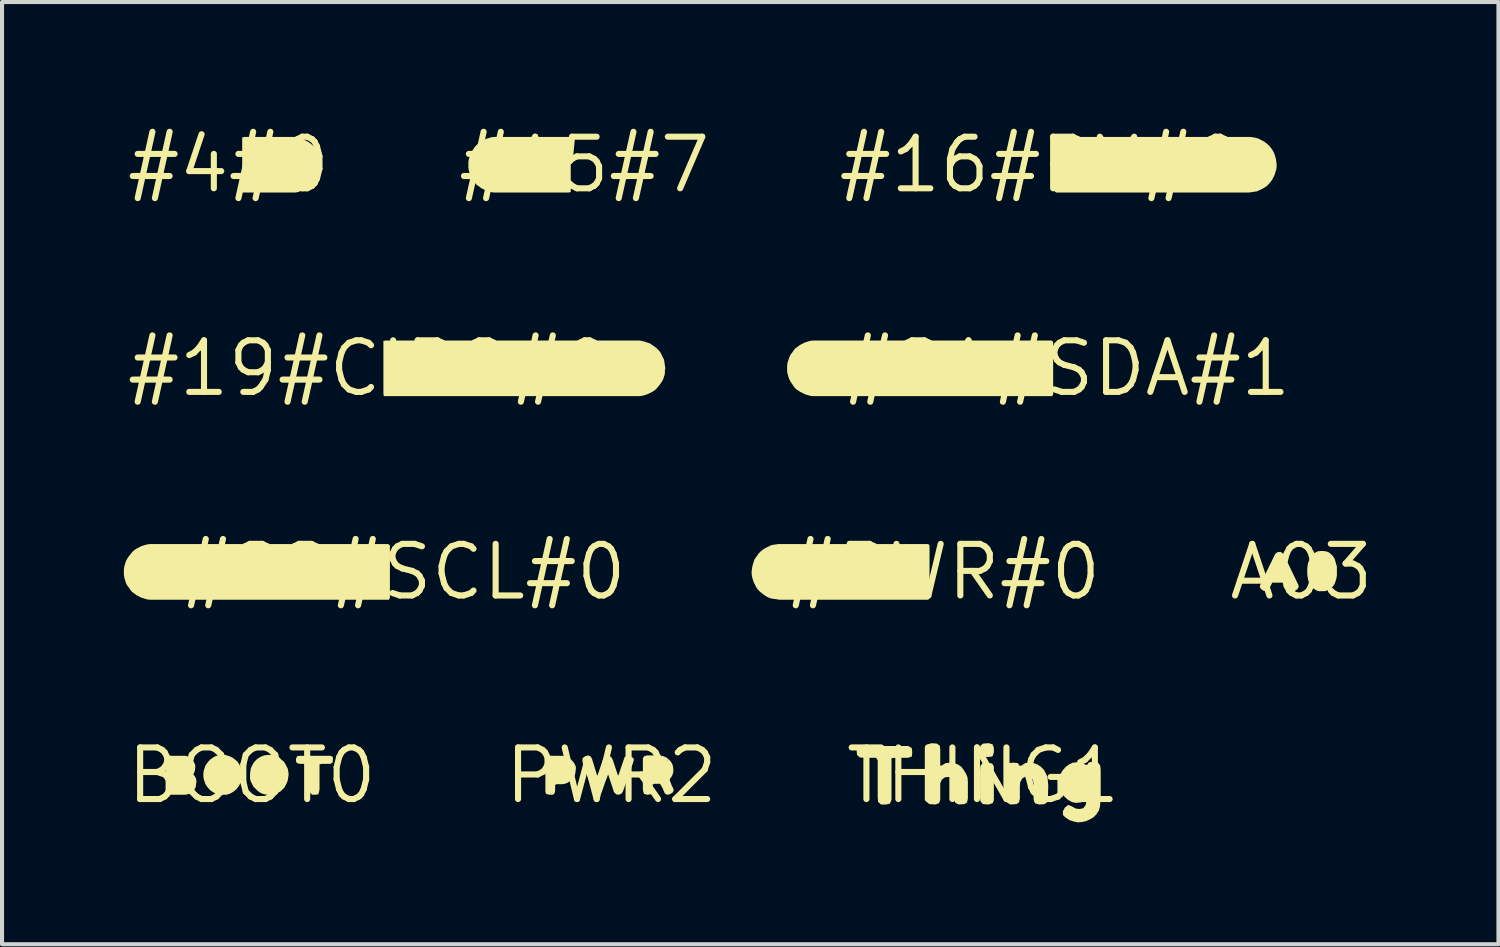
<source format=kicad_pcb>
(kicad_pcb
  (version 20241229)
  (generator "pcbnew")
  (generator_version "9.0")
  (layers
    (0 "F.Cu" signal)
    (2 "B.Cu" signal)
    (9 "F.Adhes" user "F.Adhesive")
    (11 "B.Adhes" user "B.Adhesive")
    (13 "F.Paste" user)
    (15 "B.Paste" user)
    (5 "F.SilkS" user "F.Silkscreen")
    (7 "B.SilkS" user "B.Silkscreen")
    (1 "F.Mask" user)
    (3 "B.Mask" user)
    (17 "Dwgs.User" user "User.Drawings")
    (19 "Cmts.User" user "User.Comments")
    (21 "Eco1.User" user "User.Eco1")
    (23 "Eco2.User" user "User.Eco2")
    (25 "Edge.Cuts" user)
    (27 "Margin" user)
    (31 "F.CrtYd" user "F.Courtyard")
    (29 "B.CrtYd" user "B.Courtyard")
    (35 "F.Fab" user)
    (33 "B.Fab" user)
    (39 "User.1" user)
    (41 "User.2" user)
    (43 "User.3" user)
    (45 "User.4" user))
  (footprint "BOOT0"
    (layer "F.Cu")
    (at 3.152 16.043)
    (property "Reference" "BOOT0" (at 0 0 0) (layer "F.SilkS") (effects (font (size 1.27 1.27) (thickness 0.15))))
    (fp_poly (pts (xy 1.995 -0.453) (xy 1.995 -0.38) (xy 1.985 -0.317) (xy 1.931 -0.285) (xy 1.72 -0.285) (xy 1.665 -0.276) (xy 1.665 0.33) (xy 1.655 0.401) (xy 1.634 0.465) (xy 1.56 0.475) (xy 1.488 0.475) (xy 1.435 0.433) (xy 1.425 0.37) (xy 1.425 -0.249) (xy 1.407 -0.285) (xy 1.2 -0.285) (xy 1.128 -0.295) (xy 1.085 -0.338) (xy 1.085 -0.411) (xy 1.117 -0.475) (xy 1.18 -0.485) (xy 1.941 -0.485)) (stroke (width 0) (type solid)) (fill yes) (layer "F.SilkS"))
    (fp_poly (pts (xy -1.568 -0.465) (xy -1.507 -0.434) (xy -1.456 -0.383) (xy -1.395 -0.261) (xy -1.395 -0.19) (xy -1.405 -0.119) (xy -1.425 -0.058) (xy -1.444 -0.03) (xy -1.406 0.017) (xy -1.375 0.078) (xy -1.365 0.15) (xy -1.375 0.221) (xy -1.385 0.292) (xy -1.426 0.353) (xy -1.467 0.404) (xy -1.528 0.445) (xy -1.589 0.465) (xy -1.66 0.475) (xy -2 0.475) (xy -2.082 0.465) (xy -2.125 0.432) (xy -2.125 -0.39) (xy -2.115 -0.453) (xy -2.061 -0.485) (xy -1.629 -0.485)) (stroke (width 0) (type solid)) (fill yes) (layer "F.SilkS"))
    (fp_poly (pts (xy -0.045 0.091) (xy -0.045 -0.05) (xy -0.035 -0.121) (xy -0.025 -0.182) (xy 0.036 -0.303) (xy 0.076 -0.353) (xy 0.127 -0.404) (xy 0.187 -0.444) (xy 0.248 -0.475) (xy 0.309 -0.495) (xy 0.38 -0.505) (xy 0.491 -0.505) (xy 0.561 -0.485) (xy 0.622 -0.465) (xy 0.683 -0.434) (xy 0.733 -0.384) (xy 0.784 -0.343) (xy 0.824 -0.283) (xy 0.885 -0.162) (xy 0.895 -0.101) (xy 0.905 -0.03) (xy 0.895 0.041) (xy 0.885 0.111) (xy 0.865 0.172) (xy 0.804 0.293) (xy 0.754 0.344) (xy 0.703 0.394) (xy 0.582 0.455) (xy 0.521 0.475) (xy 0.38 0.475) (xy 0.309 0.465) (xy 0.248 0.445) (xy 0.187 0.414) (xy 0.137 0.374) (xy 0.086 0.324) (xy 0.036 0.273) (xy -0.025 0.152)) (stroke (width 0) (type solid)) (fill yes) (layer "F.SilkS"))
    (fp_poly (pts (xy -0.588 -0.485) (xy -0.528 -0.465) (xy -0.467 -0.434) (xy -0.407 -0.384) (xy -0.356 -0.343) (xy -0.316 -0.283) (xy -0.285 -0.222) (xy -0.265 -0.162) (xy -0.245 -0.101) (xy -0.245 0.04) (xy -0.255 0.111) (xy -0.275 0.172) (xy -0.306 0.233) (xy -0.346 0.293) (xy -0.386 0.344) (xy -0.447 0.394) (xy -0.498 0.424) (xy -0.558 0.455) (xy -0.629 0.475) (xy -0.76 0.475) (xy -0.831 0.465) (xy -0.892 0.445) (xy -0.953 0.414) (xy -1.013 0.374) (xy -1.064 0.323) (xy -1.104 0.273) (xy -1.141 0.217) (xy -1.143 0.218) (xy -1.145 0.212) (xy -1.147 0.208) (xy -1.146 0.208) (xy -1.165 0.152) (xy -1.185 0.091) (xy -1.195 0.02) (xy -1.195 -0.05) (xy -1.185 -0.121) (xy -1.165 -0.182) (xy -1.145 -0.242) (xy -1.104 -0.303) (xy -1.064 -0.353) (xy -1.013 -0.404) (xy -0.953 -0.444) (xy -0.902 -0.475) (xy -0.831 -0.495) (xy -0.77 -0.505) (xy -0.649 -0.505)) (stroke (width 0) (type solid)) (fill yes) (layer "F.SilkS")))
  (footprint "PWR2"
    (layer "F.Cu")
    (at 12.003 16.043)
    (property "Reference" "PWR2" (at 0 0 0) (layer "F.SilkS") (effects (font (size 1.27 1.27) (thickness 0.15))))
    (fp_poly (pts (xy -1.128 -0.475) (xy -1.067 -0.444) (xy -1.007 -0.404) (xy -0.956 -0.353) (xy -0.916 -0.303) (xy -0.875 -0.221) (xy -0.875 -0.15) (xy -0.885 -0.079) (xy -0.895 -0.019) (xy -0.926 0.053) (xy -0.967 0.104) (xy -1.084 0.182) (xy -1.083 0.183) (xy -1.088 0.185) (xy -1.092 0.187) (xy -1.093 0.186) (xy -1.149 0.205) (xy -1.21 0.215) (xy -1.349 0.215) (xy -1.385 0.233) (xy -1.385 0.37) (xy -1.395 0.432) (xy -1.438 0.475) (xy -1.531 0.475) (xy -1.603 0.454) (xy -1.625 0.411) (xy -1.625 -0.411) (xy -1.604 -0.464) (xy -1.541 -0.485) (xy -1.2 -0.485)) (stroke (width 0) (type solid)) (fill yes) (layer "F.SilkS"))
    (fp_poly (pts (xy 0.462 -0.475) (xy 0.534 -0.434) (xy 0.555 -0.39) (xy 0.535 -0.318) (xy 0.285 0.392) (xy 0.253 0.444) (xy 0.181 0.475) (xy 0.118 0.465) (xy 0.066 0.413) (xy 0.045 0.352) (xy -0.08 -0.025) (xy -0.155 0.172) (xy -0.235 0.402) (xy -0.277 0.465) (xy -0.35 0.475) (xy -0.413 0.454) (xy -0.454 0.402) (xy -0.705 -0.309) (xy -0.715 -0.38) (xy -0.704 -0.433) (xy -0.642 -0.475) (xy -0.57 -0.495) (xy -0.506 -0.464) (xy -0.475 -0.402) (xy -0.356 -0.013) (xy -0.342 0.001) (xy -0.215 -0.372) (xy -0.184 -0.444) (xy -0.122 -0.475) (xy -0.049 -0.485) (xy 0.004 -0.443) (xy 0.035 -0.382) (xy 0.162 0.001) (xy 0.176 -0.013) (xy 0.326 -0.453) (xy 0.389 -0.495)) (stroke (width 0) (type solid)) (fill yes) (layer "F.SilkS"))
    (fp_poly (pts (xy 1.281 -0.475) (xy 1.353 -0.444) (xy 1.407 -0.401) (xy 1.36 -0.347) (xy 1.41 -0.397) (xy 1.454 -0.353) (xy 1.495 -0.292) (xy 1.515 -0.231) (xy 1.525 -0.16) (xy 1.525 -0.089) (xy 1.505 -0.018) (xy 1.474 0.043) (xy 1.435 0.091) (xy 1.445 0.139) (xy 1.494 0.268) (xy 1.515 0.298) (xy 1.535 0.371) (xy 1.504 0.424) (xy 1.432 0.465) (xy 1.369 0.475) (xy 1.316 0.443) (xy 1.246 0.282) (xy 1.197 0.205) (xy 1.061 0.205) (xy 1.015 0.223) (xy 1.015 0.36) (xy 1.005 0.422) (xy 0.962 0.465) (xy 0.88 0.475) (xy 0.806 0.454) (xy 0.785 0.401) (xy 0.775 0.33) (xy 0.775 -0.421) (xy 0.807 -0.474) (xy 0.879 -0.495) (xy 1.16 -0.495)) (stroke (width 0) (type solid)) (fill yes) (layer "F.SilkS")))
  (footprint "#PWR#0"
    (layer "F.Cu")
    (at 20.171 11.031)
    (property "Reference" "#PWR#0" (at 0 0 0) (layer "F.SilkS") (effects (font (size 1.27 1.27) (thickness 0.15))))
    (fp_poly (pts (xy -0.335 -0.652) (xy -0.335 0.642) (xy -0.367 0.685) (xy -4.03 0.685) (xy -4.091 0.675) (xy -4.161 0.665) (xy -4.231 0.655) (xy -4.292 0.635) (xy -4.353 0.604) (xy -4.413 0.564) (xy -4.463 0.524) (xy -4.513 0.484) (xy -4.564 0.433) (xy -4.604 0.373) (xy -4.665 0.252) (xy -4.685 0.191) (xy -4.705 0.121) (xy -4.715 0.05) (xy -4.715 -0.01) (xy -4.705 -0.081) (xy -4.695 -0.151) (xy -4.675 -0.211) (xy -4.655 -0.282) (xy -4.624 -0.343) (xy -4.584 -0.393) (xy -4.544 -0.453) (xy -4.493 -0.504) (xy -4.443 -0.544) (xy -4.383 -0.584) (xy -4.262 -0.645) (xy -4.201 -0.665) (xy -4.131 -0.675) (xy -4.06 -0.685) (xy -0.368 -0.685)) (stroke (width 0) (type solid)) (fill yes) (layer "F.SilkS")))
  (footprint "A03"
    (layer "F.Cu")
    (at 28.991 11.031)
    (property "Reference" "A03" (at 0 0 0) (layer "F.SilkS") (effects (font (size 1.27 1.27) (thickness 0.15))))
    (fp_poly (pts (xy -0.467 -0.464) (xy -0.436 -0.433) (xy -0.075 0.318) (xy -0.065 0.371) (xy -0.096 0.423) (xy -0.168 0.475) (xy -0.232 0.475) (xy -0.284 0.433) (xy -0.344 0.303) (xy -0.382 0.265) (xy -0.717 0.265) (xy -0.776 0.382) (xy -0.806 0.444) (xy -0.869 0.475) (xy -0.932 0.465) (xy -1.004 0.413) (xy -1.025 0.36) (xy -1.005 0.298) (xy -0.674 -0.382) (xy -0.644 -0.443) (xy -0.592 -0.485) (xy -0.519 -0.495)) (stroke (width 0) (type solid)) (fill yes) (layer "F.SilkS"))
    (fp_poly (pts (xy 0.611 -0.505) (xy 0.672 -0.484) (xy 0.733 -0.434) (xy 0.774 -0.393) (xy 0.815 -0.332) (xy 0.835 -0.271) (xy 0.856 -0.196) (xy 0.856 -0.196) (xy 0.875 -0.131) (xy 0.875 0.08) (xy 0.865 0.151) (xy 0.845 0.221) (xy 0.825 0.282) (xy 0.794 0.333) (xy 0.754 0.384) (xy 0.703 0.424) (xy 0.642 0.455) (xy 0.571 0.475) (xy 0.429 0.475) (xy 0.368 0.455) (xy 0.307 0.414) (xy 0.256 0.374) (xy 0.216 0.323) (xy 0.185 0.252) (xy 0.165 0.191) (xy 0.155 0.131) (xy 0.145 0.06) (xy 0.145 -0.09) (xy 0.155 -0.161) (xy 0.165 -0.221) (xy 0.195 -0.292) (xy 0.216 -0.352) (xy 0.256 -0.403) (xy 0.276 -0.444) (xy 0.338 -0.474) (xy 0.398 -0.505) (xy 0.47 -0.515) (xy 0.54 -0.515)) (stroke (width 0) (type solid)) (fill yes) (layer "F.SilkS")))
  (footprint "#21#SDA#1"
    (layer "F.Cu")
    (at 23.215 6.019)
    (property "Reference" "#21#SDA#1" (at 0 0 0) (layer "F.SilkS") (effects (font (size 1.27 1.27) (thickness 0.15))))
    (fp_poly (pts (xy -6.321 0.675) (xy -6.391 0.655) (xy -6.452 0.635) (xy -6.573 0.574) (xy -6.633 0.534) (xy -6.684 0.494) (xy -6.724 0.443) (xy -6.764 0.383) (xy -6.804 0.323) (xy -6.835 0.262) (xy -6.855 0.201) (xy -6.875 0.131) (xy -6.885 0.07) (xy -6.885 -0.07) (xy -6.875 -0.141) (xy -6.855 -0.202) (xy -6.835 -0.262) (xy -6.804 -0.333) (xy -6.764 -0.383) (xy -6.724 -0.443) (xy -6.683 -0.494) (xy -6.623 -0.534) (xy -6.573 -0.574) (xy -6.452 -0.635) (xy -6.391 -0.655) (xy -6.321 -0.675) (xy -6.25 -0.685) (xy -0.378 -0.685) (xy -0.335 -0.652) (xy -0.335 0.631) (xy -0.357 0.685) (xy -6.25 0.685)) (stroke (width 0) (type solid)) (fill yes) (layer "F.SilkS")))
  (footprint "#16#RX#0"
    (layer "F.Cu")
    (at 22.577 1.006)
    (property "Reference" "#16#RX#0" (at 0 0 0) (layer "F.SilkS") (effects (font (size 1.27 1.27) (thickness 0.15))))
    (fp_poly (pts (xy 5.221 -0.675) (xy 5.281 -0.665) (xy 5.352 -0.645) (xy 5.473 -0.584) (xy 5.533 -0.544) (xy 5.583 -0.504) (xy 5.634 -0.453) (xy 5.674 -0.403) (xy 5.714 -0.343) (xy 5.745 -0.282) (xy 5.765 -0.221) (xy 5.785 -0.151) (xy 5.795 -0.091) (xy 5.805 -0.02) (xy 5.805 0.05) (xy 5.795 0.121) (xy 5.775 0.181) (xy 5.755 0.252) (xy 5.694 0.373) (xy 5.654 0.423) (xy 5.614 0.473) (xy 5.563 0.524) (xy 5.503 0.564) (xy 5.452 0.594) (xy 5.382 0.625) (xy 5.322 0.655) (xy 5.251 0.665) (xy 5.191 0.675) (xy 5.12 0.685) (xy 0.378 0.685) (xy 0.335 0.652) (xy 0.335 -0.642) (xy 0.367 -0.685) (xy 5.15 -0.685)) (stroke (width 0) (type solid)) (fill yes) (layer "F.SilkS")))
  (footprint "#19#CIPO#0"
    (layer "F.Cu")
    (at 6.055 6.019)
    (property "Reference" "#19#CIPO#0" (at 0 0 0) (layer "F.SilkS") (effects (font (size 1.27 1.27) (thickness 0.15))))
    (fp_poly (pts (xy 6.701 -0.675) (xy 6.771 -0.655) (xy 6.832 -0.635) (xy 6.892 -0.615) (xy 7.013 -0.534) (xy 7.063 -0.494) (xy 7.114 -0.443) (xy 7.154 -0.393) (xy 7.245 -0.212) (xy 7.255 -0.141) (xy 7.265 -0.071) (xy 7.275 -0.01) (xy 7.265 0.06) (xy 7.265 0.131) (xy 7.245 0.201) (xy 7.225 0.262) (xy 7.194 0.323) (xy 7.154 0.383) (xy 7.114 0.433) (xy 7.074 0.483) (xy 7.023 0.534) (xy 6.963 0.574) (xy 6.842 0.635) (xy 6.781 0.655) (xy 6.711 0.675) (xy 6.64 0.685) (xy 0.346 0.685) (xy 0.335 0.62) (xy 0.335 -0.674) (xy 0.39 -0.685) (xy 6.63 -0.685)) (stroke (width 0) (type solid)) (fill yes) (layer "F.SilkS")))
  (footprint "THING1"
    (layer "F.Cu")
    (at 21.155 16.043)
    (property "Reference" "THING1" (at 0 0 0) (layer "F.SilkS") (effects (font (size 1.27 1.27) (thickness 0.15))))
    (fp_poly (pts (xy 0.223 -0.294) (xy 0.265 -0.221) (xy 0.265 0.611) (xy 0.234 0.684) (xy 0.131 0.715) (xy -0.002 0.705) (xy -0.065 0.642) (xy -0.075 0.55) (xy -0.075 -0.14) (xy -0.065 -0.242) (xy -0.012 -0.305) (xy 0.12 -0.315)) (stroke (width 0) (type solid)) (fill yes) (layer "F.SilkS"))
    (fp_poly (pts (xy 0.234 -0.764) (xy 0.265 -0.681) (xy 0.265 -0.569) (xy 0.234 -0.476) (xy 0.211 -0.465) (xy 0.11 -0.455) (xy -0.002 -0.465) (xy -0.075 -0.538) (xy -0.075 -0.64) (xy -0.065 -0.733) (xy -0.002 -0.785) (xy 0.141 -0.795)) (stroke (width 0) (type solid)) (fill yes) (layer "F.SilkS"))
    (fp_poly (pts (xy -1.755 -0.673) (xy -1.745 -0.57) (xy -1.755 -0.466) (xy -1.849 -0.435) (xy -2.16 -0.435) (xy -2.255 -0.425) (xy -2.255 0.601) (xy -2.296 0.694) (xy -2.389 0.715) (xy -2.512 0.715) (xy -2.585 0.652) (xy -2.595 0.55) (xy -2.595 -0.369) (xy -2.633 -0.435) (xy -2.93 -0.435) (xy -3.042 -0.445) (xy -3.105 -0.508) (xy -3.115 -0.621) (xy -3.073 -0.704) (xy -2.97 -0.725) (xy -1.839 -0.725)) (stroke (width 0) (type solid)) (fill yes) (layer "F.SilkS"))
    (fp_poly (pts (xy -1.138 -0.785) (xy -1.065 -0.733) (xy -1.055 -0.64) (xy -1.055 -0.237) (xy -1.002 -0.255) (xy -0.922 -0.305) (xy -0.82 -0.315) (xy -0.719 -0.305) (xy -0.628 -0.275) (xy -0.537 -0.214) (xy -0.476 -0.133) (xy -0.426 -0.052) (xy -0.385 0.039) (xy -0.375 0.15) (xy -0.375 0.571) (xy -0.396 0.663) (xy -0.458 0.705) (xy -0.601 0.715) (xy -0.684 0.674) (xy -0.715 0.591) (xy -0.715 0.171) (xy -0.754 0.083) (xy -0.831 0.035) (xy -0.938 0.045) (xy -1.016 0.103) (xy -1.055 0.191) (xy -1.055 0.601) (xy -1.086 0.684) (xy -1.179 0.715) (xy -1.322 0.705) (xy -1.385 0.653) (xy -1.395 0.56) (xy -1.395 -0.681) (xy -1.364 -0.764) (xy -1.271 -0.795)) (stroke (width 0) (type solid)) (fill yes) (layer "F.SilkS"))
    (fp_poly (pts (xy 1.241 -0.305) (xy 1.332 -0.275) (xy 1.423 -0.214) (xy 1.494 -0.143) (xy 1.544 -0.052) (xy 1.585 0.039) (xy 1.595 0.14) (xy 1.605 0.25) (xy 1.595 0.56) (xy 1.585 0.653) (xy 1.512 0.705) (xy 1.379 0.715) (xy 1.276 0.684) (xy 1.245 0.601) (xy 1.245 0.191) (xy 1.216 0.093) (xy 1.148 0.035) (xy 1.041 0.025) (xy 0.964 0.074) (xy 0.915 0.162) (xy 0.905 0.26) (xy 0.905 0.571) (xy 0.884 0.663) (xy 0.822 0.705) (xy 0.679 0.715) (xy 0.596 0.674) (xy 0.565 0.581) (xy 0.565 -0.232) (xy 0.617 -0.305) (xy 0.74 -0.315) (xy 0.853 -0.305) (xy 0.902 -0.236) (xy 0.948 -0.245) (xy 1.038 -0.305) (xy 1.14 -0.315)) (stroke (width 0) (type solid)) (fill yes) (layer "F.SilkS"))
    (fp_poly (pts (xy 2.823 -0.325) (xy 2.885 -0.242) (xy 2.895 -0.14) (xy 2.895 0.57) (xy 2.885 0.68) (xy 2.875 0.781) (xy 2.845 0.872) (xy 2.784 0.963) (xy 2.713 1.034) (xy 2.622 1.084) (xy 2.532 1.125) (xy 2.441 1.145) (xy 2.33 1.155) (xy 2.239 1.135) (xy 2.138 1.105) (xy 2.027 1.034) (xy 1.965 0.972) (xy 1.965 0.879) (xy 2.016 0.787) (xy 2.099 0.724) (xy 2.192 0.766) (xy 2.282 0.815) (xy 2.38 0.825) (xy 2.467 0.806) (xy 2.525 0.728) (xy 2.545 0.63) (xy 2.545 0.581) (xy 2.483 0.634) (xy 2.391 0.665) (xy 2.28 0.675) (xy 2.188 0.655) (xy 2.097 0.604) (xy 2.016 0.534) (xy 1.946 0.453) (xy 1.895 0.362) (xy 1.875 0.261) (xy 1.865 0.16) (xy 1.875 0.059) (xy 1.905 -0.032) (xy 1.956 -0.123) (xy 2.027 -0.204) (xy 2.117 -0.274) (xy 2.209 -0.315) (xy 2.3 -0.325) (xy 2.401 -0.325) (xy 2.502 -0.275) (xy 2.558 -0.256) (xy 2.607 -0.325) (xy 2.73 -0.335)) (stroke (width 0) (type solid)) (fill yes) (layer "F.SilkS")))
  (footprint "#15#7"
    (layer "F.Cu")
    (at 11.337 1.006)
    (property "Reference" "#15#7" (at 0 0 0) (layer "F.SilkS") (effects (font (size 1.27 1.27) (thickness 0.15))))
    (fp_poly (pts (xy -2.291 0.675) (xy -2.361 0.655) (xy -2.422 0.635) (xy -2.543 0.574) (xy -2.593 0.534) (xy -2.653 0.494) (xy -2.694 0.443) (xy -2.734 0.383) (xy -2.774 0.333) (xy -2.805 0.262) (xy -2.825 0.202) (xy -2.845 0.141) (xy -2.855 0.07) (xy -2.855 -0.07) (xy -2.845 -0.131) (xy -2.825 -0.201) (xy -2.805 -0.262) (xy -2.774 -0.323) (xy -2.734 -0.383) (xy -2.694 -0.443) (xy -2.654 -0.484) (xy -2.603 -0.534) (xy -2.543 -0.574) (xy -2.422 -0.635) (xy -2.361 -0.655) (xy -2.291 -0.675) (xy -2.22 -0.685) (xy -0.346 -0.685) (xy -0.335 -0.62) (xy -0.335 0.674) (xy -0.4 0.685) (xy -2.22 0.685)) (stroke (width 0) (type solid)) (fill yes) (layer "F.SilkS")))
  (footprint "#22#SCL#0"
    (layer "F.Cu")
    (at 6.885 11.031)
    (property "Reference" "#22#SCL#0" (at 0 0 0) (layer "F.SilkS") (effects (font (size 1.27 1.27) (thickness 0.15))))
    (fp_poly (pts (xy -6.321 0.675) (xy -6.381 0.655) (xy -6.452 0.635) (xy -6.573 0.574) (xy -6.623 0.534) (xy -6.683 0.494) (xy -6.724 0.443) (xy -6.764 0.383) (xy -6.804 0.333) (xy -6.835 0.272) (xy -6.855 0.201) (xy -6.875 0.141) (xy -6.885 0.07) (xy -6.885 -0.07) (xy -6.875 -0.131) (xy -6.855 -0.201) (xy -6.835 -0.262) (xy -6.804 -0.323) (xy -6.764 -0.383) (xy -6.724 -0.433) (xy -6.684 -0.483) (xy -6.633 -0.534) (xy -6.573 -0.574) (xy -6.452 -0.635) (xy -6.391 -0.655) (xy -6.321 -0.675) (xy -6.25 -0.685) (xy -0.378 -0.685) (xy -0.335 -0.652) (xy -0.335 0.631) (xy -0.357 0.685) (xy -6.25 0.685)) (stroke (width 0) (type solid)) (fill yes) (layer "F.SilkS")))
  (footprint "#4#0"
    (layer "F.Cu")
    (at 2.578 1.006)
    (property "Reference" "#4#0" (at 0 0 0) (layer "F.SilkS") (effects (font (size 1.27 1.27) (thickness 0.15))))
    (fp_poly (pts (xy 1.691 -0.675) (xy 1.761 -0.655) (xy 1.822 -0.635) (xy 1.943 -0.574) (xy 2.003 -0.534) (xy 2.053 -0.494) (xy 2.104 -0.443) (xy 2.144 -0.383) (xy 2.174 -0.332) (xy 2.205 -0.272) (xy 2.225 -0.201) (xy 2.245 -0.141) (xy 2.255 -0.071) (xy 2.265 0) (xy 2.255 0.071) (xy 2.245 0.131) (xy 2.235 0.202) (xy 2.144 0.383) (xy 2.104 0.433) (xy 2.054 0.484) (xy 2.003 0.534) (xy 1.953 0.574) (xy 1.832 0.635) (xy 1.761 0.655) (xy 1.701 0.675) (xy 1.63 0.685) (xy 0.335 0.685) (xy 0.335 -0.674) (xy 0.4 -0.685) (xy 1.62 -0.685)) (stroke (width 0) (type solid)) (fill yes) (layer "F.SilkS")))
  (gr_rect
    (start -3 -3)
    (end 33.843 20.198)
    (stroke (width 0.1) (type default))
    (fill no)
    (layer "Edge.Cuts")))
</source>
